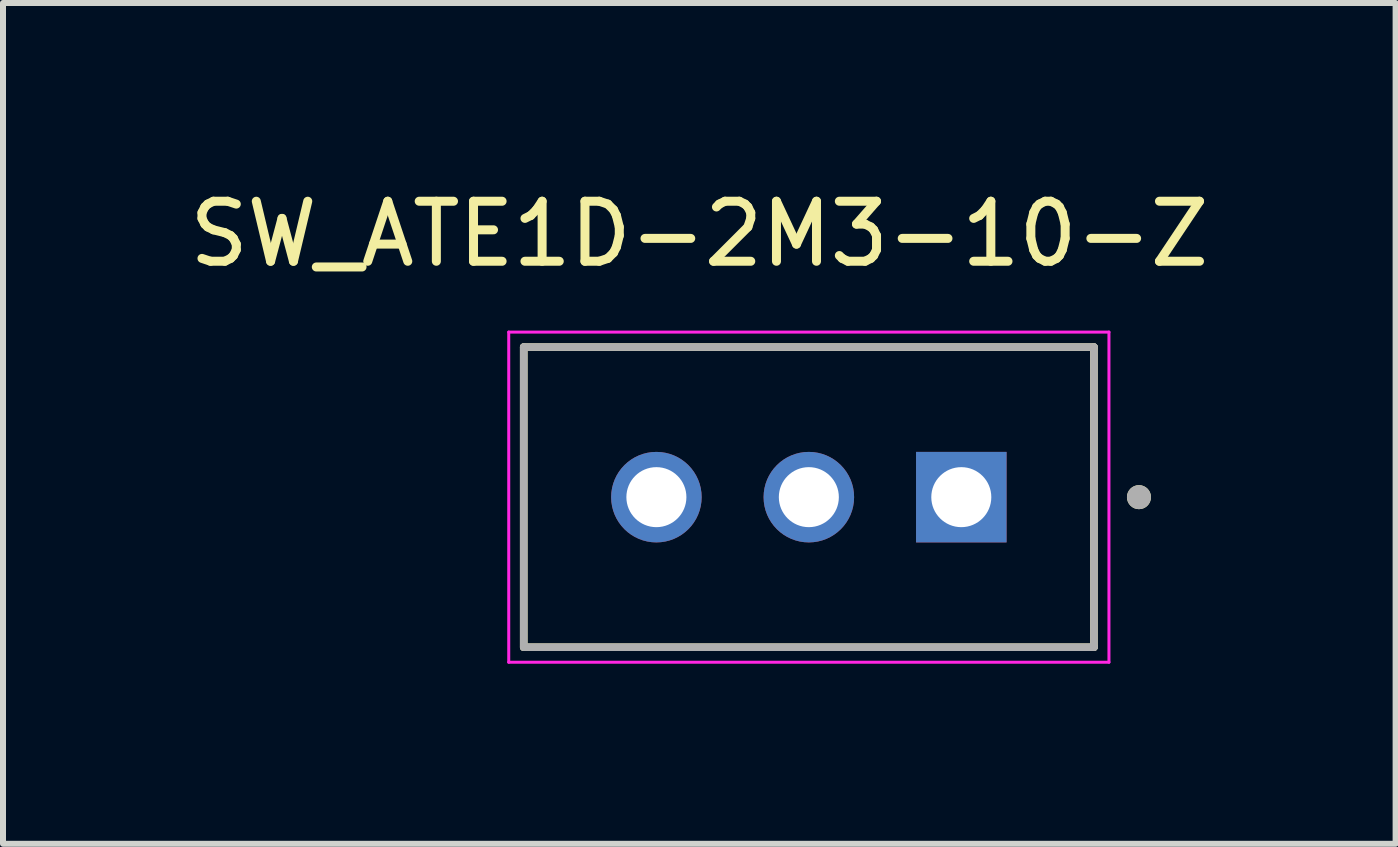
<source format=kicad_pcb>
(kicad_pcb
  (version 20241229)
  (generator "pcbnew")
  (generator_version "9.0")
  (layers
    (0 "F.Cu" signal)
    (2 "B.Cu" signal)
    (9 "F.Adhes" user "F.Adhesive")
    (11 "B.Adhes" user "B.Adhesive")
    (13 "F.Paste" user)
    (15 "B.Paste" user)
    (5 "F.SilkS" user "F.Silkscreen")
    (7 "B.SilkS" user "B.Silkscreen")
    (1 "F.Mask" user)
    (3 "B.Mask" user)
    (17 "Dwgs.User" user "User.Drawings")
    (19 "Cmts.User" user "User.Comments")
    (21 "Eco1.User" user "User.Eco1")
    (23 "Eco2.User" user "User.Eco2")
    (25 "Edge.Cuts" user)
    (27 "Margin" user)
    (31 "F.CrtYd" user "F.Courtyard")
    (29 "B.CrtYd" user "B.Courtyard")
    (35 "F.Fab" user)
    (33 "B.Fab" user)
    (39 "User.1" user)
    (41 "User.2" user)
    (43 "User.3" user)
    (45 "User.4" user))
  (footprint "SW_ATE1D-2M3-10-Z"
    (layer "F.Cu")
    (at 10.426 5.233)
    (property "Reference" "SW_ATE1D-2M3-10-Z" (at -1.825 -4.385 0) (layer "F.SilkS") (effects (font (size 1 1) (thickness 0.15))))
    (attr through_hole)
    (fp_line (start -4.75 -2.5) (end 4.75 -2.5) (stroke (width 0.127) (type solid)) (layer "F.SilkS"))
    (fp_line (start -4.75 2.5) (end -4.75 -2.5) (stroke (width 0.127) (type solid)) (layer "F.SilkS"))
    (fp_line (start 4.75 -2.5) (end 4.75 2.5) (stroke (width 0.127) (type solid)) (layer "F.SilkS"))
    (fp_line (start 4.75 2.5) (end -4.75 2.5) (stroke (width 0.127) (type solid)) (layer "F.SilkS"))
    (fp_circle (center 5.5 0) (end 5.6 0) (stroke (width 0.2) (type solid)) (fill no) (layer "F.SilkS"))
    (fp_line (start -5 -2.75) (end -5 2.75) (stroke (width 0.05) (type solid)) (layer "F.CrtYd"))
    (fp_line (start -5 2.75) (end 5 2.75) (stroke (width 0.05) (type solid)) (layer "F.CrtYd"))
    (fp_line (start 5 -2.75) (end -5 -2.75) (stroke (width 0.05) (type solid)) (layer "F.CrtYd"))
    (fp_line (start 5 2.75) (end 5 -2.75) (stroke (width 0.05) (type solid)) (layer "F.CrtYd"))
    (fp_line (start -4.75 -2.5) (end 4.75 -2.5) (stroke (width 0.127) (type solid)) (layer "F.Fab"))
    (fp_line (start -4.75 2.5) (end -4.75 -2.5) (stroke (width 0.127) (type solid)) (layer "F.Fab"))
    (fp_line (start 4.75 -2.5) (end 4.75 2.5) (stroke (width 0.127) (type solid)) (layer "F.Fab"))
    (fp_line (start 4.75 2.5) (end -4.75 2.5) (stroke (width 0.127) (type solid)) (layer "F.Fab"))
    (fp_circle (center 5.5 0) (end 5.6 0) (stroke (width 0.2) (type solid)) (fill no) (layer "F.Fab"))
    (pad "1" thru_hole rect (at 2.54 0) (size 1.508 1.508) (drill 1) (layers "*.Cu" "*.Mask"))
    (pad "2" thru_hole circle (at 0 0) (size 1.508 1.508) (drill 1) (layers "*.Cu" "*.Mask"))
    (pad "3" thru_hole circle (at -2.54 0) (size 1.508 1.508) (drill 1) (layers "*.Cu" "*.Mask")))
  (gr_rect
    (start -3 -3)
    (end 20.202 11.008)
    (stroke (width 0.1) (type default))
    (fill no)
    (layer "Edge.Cuts")))
</source>
